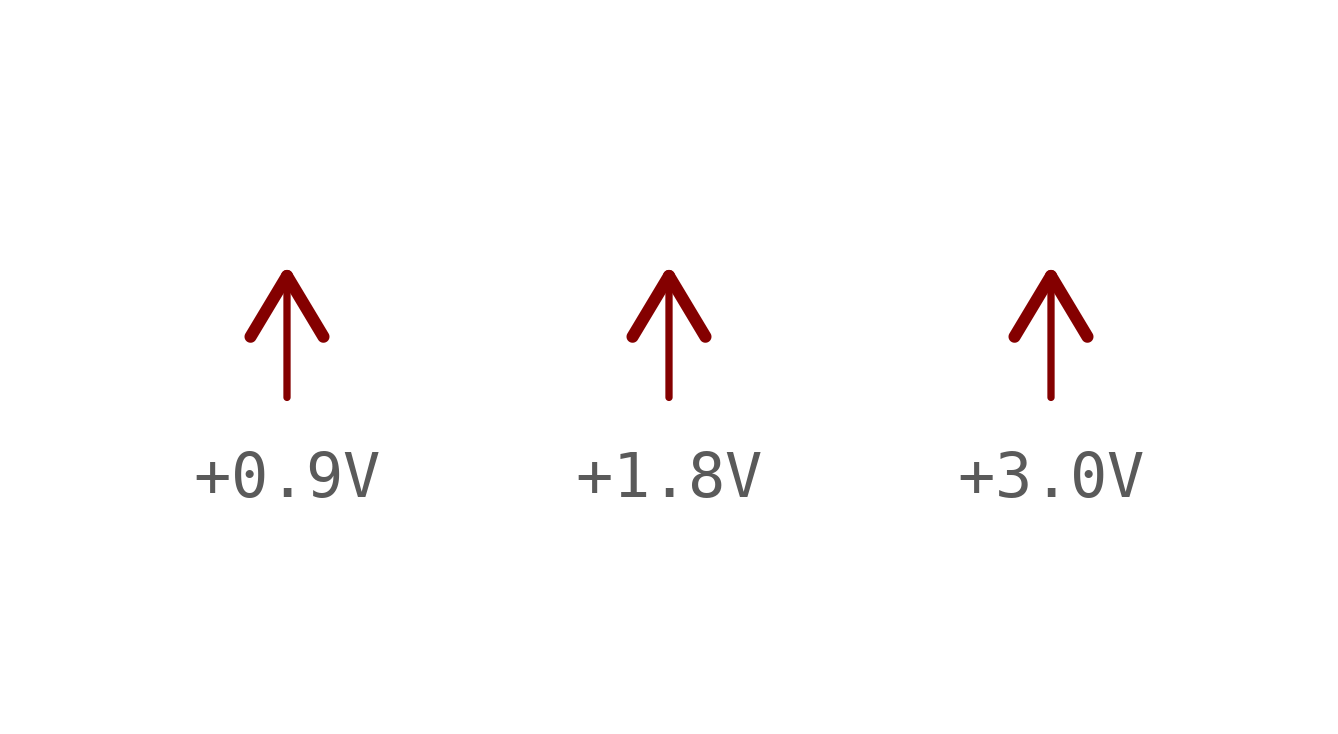
<source format=kicad_sym>
(kicad_symbol_lib
  (version 20231120)
  (generator "kicad_symbol_editor")
  (generator_version "8.0")
  (symbol "+0.9V"
    (power)
    (property "Reference" "#SUPPLY"
      (at 0 0 0)
      (effects (font (size 1.27 1.27)) (hide yes)))
    (property "Value" ""
      (at 0 3.302 0)
      (effects (font (size 1.778 1.511)) (justify bottom)))
    (property "ki_locked" ""
      (at 0 0 0)
      (effects (font (size 1.27 1.27))))
    (symbol "+0.9V_1_0"
      (polyline (pts (xy 0 2.54) (xy -0.762 1.27)) (stroke (width 0.254) (type solid)) (fill (type none)))
      (polyline (pts (xy 0.762 1.27) (xy 0 2.54)) (stroke (width 0.254) (type solid)) (fill (type none)))
      (pin power_in line (at 0 0 90) (length 2.54) (name "+0.9V" (effects (font (size 0 0)))) (number "1" (effects (font (size 0 0)))))))
  (symbol "+1.8V"
    (power)
    (property "Reference" "#SUPPLY"
      (at 0 0 0)
      (effects (font (size 1.27 1.27)) (hide yes)))
    (property "Value" ""
      (at 0 3.302 0)
      (effects (font (size 1.778 1.511)) (justify bottom)))
    (property "ki_locked" ""
      (at 0 0 0)
      (effects (font (size 1.27 1.27))))
    (symbol "+1.8V_1_0"
      (polyline (pts (xy 0 2.54) (xy -0.762 1.27)) (stroke (width 0.254) (type solid)) (fill (type none)))
      (polyline (pts (xy 0.762 1.27) (xy 0 2.54)) (stroke (width 0.254) (type solid)) (fill (type none)))
      (pin power_in line (at 0 0 90) (length 2.54) (name "+1.8V" (effects (font (size 0 0)))) (number "1" (effects (font (size 0 0)))))))
  (symbol "+3.0V"
    (power)
    (property "Reference" "#SUPPLY"
      (at 0 0 0)
      (effects (font (size 1.27 1.27)) (hide yes)))
    (property "Value" ""
      (at 0 3.302 0)
      (effects (font (size 1.778 1.511)) (justify bottom)))
    (property "ki_locked" ""
      (at 0 0 0)
      (effects (font (size 1.27 1.27))))
    (symbol "+3.0V_1_0"
      (polyline (pts (xy 0 2.54) (xy -0.762 1.27)) (stroke (width 0.254) (type solid)) (fill (type none)))
      (polyline (pts (xy 0.762 1.27) (xy 0 2.54)) (stroke (width 0.254) (type solid)) (fill (type none)))
      (pin power_in line (at 0 0 90) (length 2.54) (name "+3.3V" (effects (font (size 0 0)))) (number "1" (effects (font (size 0 0))))))))
</source>
